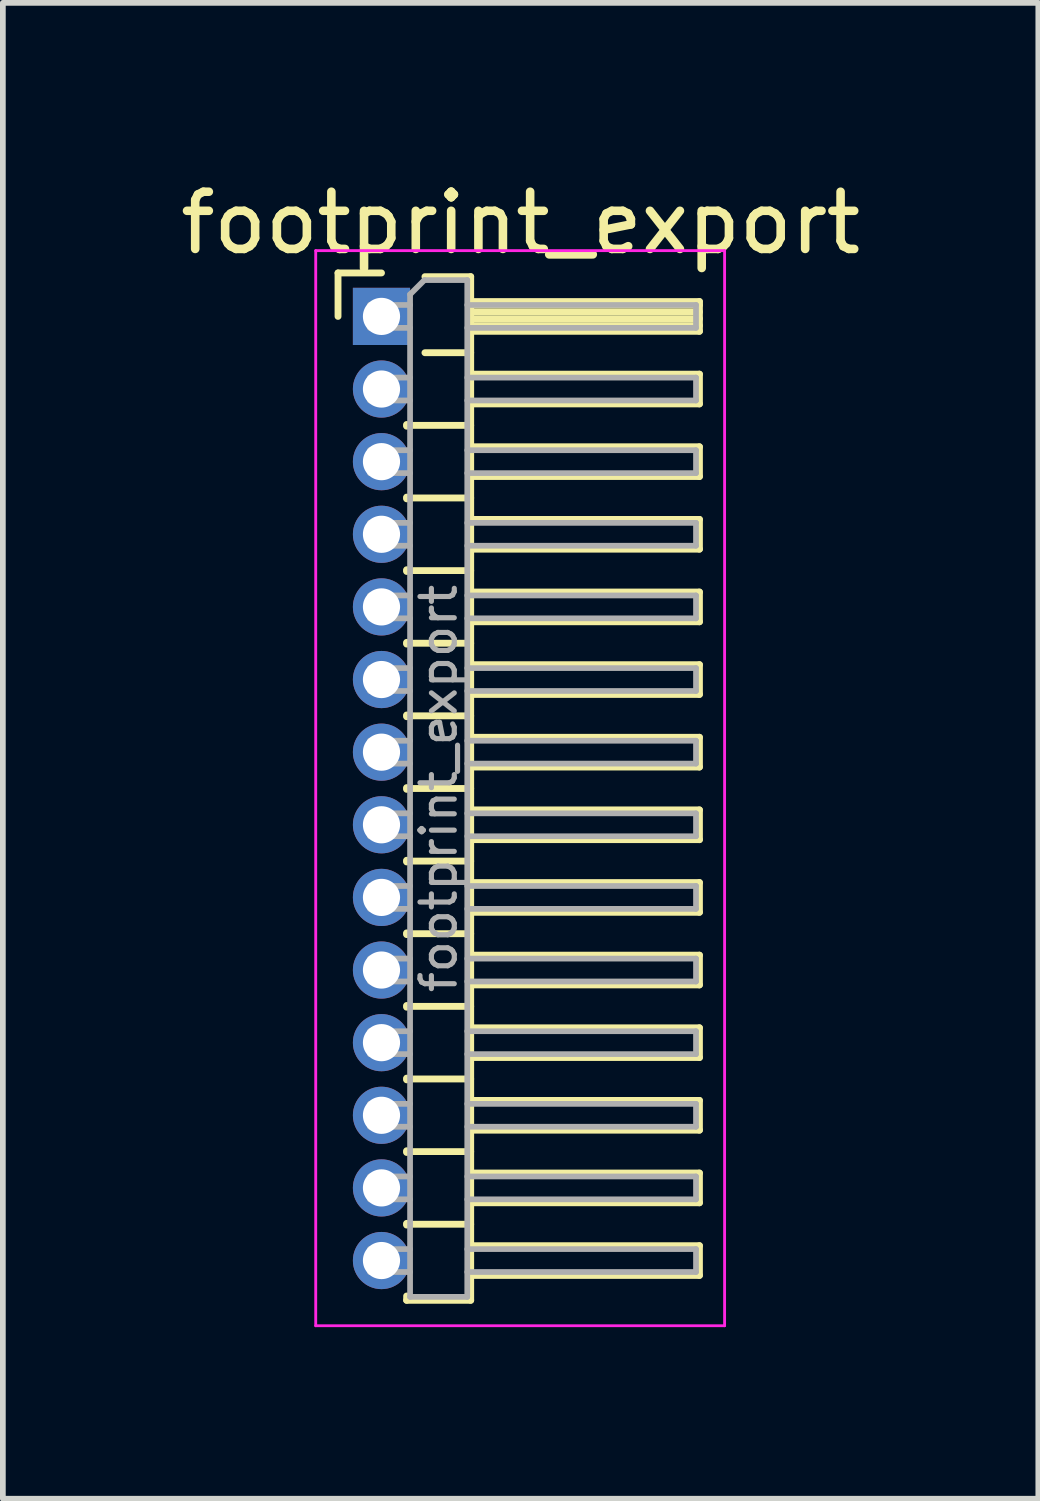
<source format=kicad_pcb>
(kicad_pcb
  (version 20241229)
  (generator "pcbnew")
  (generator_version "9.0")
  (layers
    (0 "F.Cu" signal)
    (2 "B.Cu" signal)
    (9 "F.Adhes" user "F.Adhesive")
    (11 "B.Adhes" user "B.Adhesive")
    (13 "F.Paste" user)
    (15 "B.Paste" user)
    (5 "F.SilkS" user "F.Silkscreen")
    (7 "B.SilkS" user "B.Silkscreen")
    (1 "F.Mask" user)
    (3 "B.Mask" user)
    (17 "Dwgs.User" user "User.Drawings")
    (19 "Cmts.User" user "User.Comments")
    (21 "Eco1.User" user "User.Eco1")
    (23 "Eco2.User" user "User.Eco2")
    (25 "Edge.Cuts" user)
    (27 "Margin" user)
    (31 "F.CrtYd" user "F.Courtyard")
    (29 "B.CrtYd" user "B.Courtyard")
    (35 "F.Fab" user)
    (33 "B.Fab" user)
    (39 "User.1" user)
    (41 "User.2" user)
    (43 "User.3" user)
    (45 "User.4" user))
  (footprint "footprint_export"
    (layer "F.Cu")
    (at 3.621 2.483)
    (property "Reference" "footprint_export" (at 2.433 -1.635 0) (layer "F.SilkS") (effects (font (size 1 1) (thickness 0.15))))
    (attr through_hole)
    (fp_line (start -0.76 -0.76) (end 0 -0.76) (stroke (width 0.12) (type solid)) (layer "F.SilkS"))
    (fp_line (start -0.76 0) (end -0.76 -0.76) (stroke (width 0.12) (type solid)) (layer "F.SilkS"))
    (fp_line (start 0.44 1.89) (end 0.44 1.92) (stroke (width 0.12) (type solid)) (layer "F.SilkS"))
    (fp_line (start 0.44 1.905) (end 1.56 1.905) (stroke (width 0.12) (type solid)) (layer "F.SilkS"))
    (fp_line (start 0.44 3.16) (end 0.44 3.19) (stroke (width 0.12) (type solid)) (layer "F.SilkS"))
    (fp_line (start 0.44 3.175) (end 1.56 3.175) (stroke (width 0.12) (type solid)) (layer "F.SilkS"))
    (fp_line (start 0.44 4.43) (end 0.44 4.46) (stroke (width 0.12) (type solid)) (layer "F.SilkS"))
    (fp_line (start 0.44 4.445) (end 1.56 4.445) (stroke (width 0.12) (type solid)) (layer "F.SilkS"))
    (fp_line (start 0.44 5.7) (end 0.44 5.73) (stroke (width 0.12) (type solid)) (layer "F.SilkS"))
    (fp_line (start 0.44 5.715) (end 1.56 5.715) (stroke (width 0.12) (type solid)) (layer "F.SilkS"))
    (fp_line (start 0.44 6.97) (end 0.44 7) (stroke (width 0.12) (type solid)) (layer "F.SilkS"))
    (fp_line (start 0.44 6.985) (end 1.56 6.985) (stroke (width 0.12) (type solid)) (layer "F.SilkS"))
    (fp_line (start 0.44 8.24) (end 0.44 8.27) (stroke (width 0.12) (type solid)) (layer "F.SilkS"))
    (fp_line (start 0.44 8.255) (end 1.56 8.255) (stroke (width 0.12) (type solid)) (layer "F.SilkS"))
    (fp_line (start 0.44 9.51) (end 0.44 9.54) (stroke (width 0.12) (type solid)) (layer "F.SilkS"))
    (fp_line (start 0.44 9.525) (end 1.56 9.525) (stroke (width 0.12) (type solid)) (layer "F.SilkS"))
    (fp_line (start 0.44 10.78) (end 0.44 10.81) (stroke (width 0.12) (type solid)) (layer "F.SilkS"))
    (fp_line (start 0.44 10.795) (end 1.56 10.795) (stroke (width 0.12) (type solid)) (layer "F.SilkS"))
    (fp_line (start 0.44 12.05) (end 0.44 12.08) (stroke (width 0.12) (type solid)) (layer "F.SilkS"))
    (fp_line (start 0.44 12.065) (end 1.56 12.065) (stroke (width 0.12) (type solid)) (layer "F.SilkS"))
    (fp_line (start 0.44 13.32) (end 0.44 13.35) (stroke (width 0.12) (type solid)) (layer "F.SilkS"))
    (fp_line (start 0.44 13.335) (end 1.56 13.335) (stroke (width 0.12) (type solid)) (layer "F.SilkS"))
    (fp_line (start 0.44 14.59) (end 0.44 14.62) (stroke (width 0.12) (type solid)) (layer "F.SilkS"))
    (fp_line (start 0.44 14.605) (end 1.56 14.605) (stroke (width 0.12) (type solid)) (layer "F.SilkS"))
    (fp_line (start 0.44 15.86) (end 0.44 15.89) (stroke (width 0.12) (type solid)) (layer "F.SilkS"))
    (fp_line (start 0.44 15.875) (end 1.56 15.875) (stroke (width 0.12) (type solid)) (layer "F.SilkS"))
    (fp_line (start 0.44 17.205) (end 0.44 17.13) (stroke (width 0.12) (type solid)) (layer "F.SilkS"))
    (fp_line (start 0.76 -0.695) (end 1.56 -0.695) (stroke (width 0.12) (type solid)) (layer "F.SilkS"))
    (fp_line (start 0.76 0.635) (end 1.56 0.635) (stroke (width 0.12) (type solid)) (layer "F.SilkS"))
    (fp_line (start 1.56 -0.695) (end 1.56 17.205) (stroke (width 0.12) (type solid)) (layer "F.SilkS"))
    (fp_line (start 1.56 -0.26) (end 5.56 -0.26) (stroke (width 0.12) (type solid)) (layer "F.SilkS"))
    (fp_line (start 1.56 -0.2) (end 5.56 -0.2) (stroke (width 0.12) (type solid)) (layer "F.SilkS"))
    (fp_line (start 1.56 -0.08) (end 5.56 -0.08) (stroke (width 0.12) (type solid)) (layer "F.SilkS"))
    (fp_line (start 1.56 0.04) (end 5.56 0.04) (stroke (width 0.12) (type solid)) (layer "F.SilkS"))
    (fp_line (start 1.56 0.16) (end 5.56 0.16) (stroke (width 0.12) (type solid)) (layer "F.SilkS"))
    (fp_line (start 1.56 1.01) (end 5.56 1.01) (stroke (width 0.12) (type solid)) (layer "F.SilkS"))
    (fp_line (start 1.56 2.28) (end 5.56 2.28) (stroke (width 0.12) (type solid)) (layer "F.SilkS"))
    (fp_line (start 1.56 3.55) (end 5.56 3.55) (stroke (width 0.12) (type solid)) (layer "F.SilkS"))
    (fp_line (start 1.56 4.82) (end 5.56 4.82) (stroke (width 0.12) (type solid)) (layer "F.SilkS"))
    (fp_line (start 1.56 6.09) (end 5.56 6.09) (stroke (width 0.12) (type solid)) (layer "F.SilkS"))
    (fp_line (start 1.56 7.36) (end 5.56 7.36) (stroke (width 0.12) (type solid)) (layer "F.SilkS"))
    (fp_line (start 1.56 8.63) (end 5.56 8.63) (stroke (width 0.12) (type solid)) (layer "F.SilkS"))
    (fp_line (start 1.56 9.9) (end 5.56 9.9) (stroke (width 0.12) (type solid)) (layer "F.SilkS"))
    (fp_line (start 1.56 11.17) (end 5.56 11.17) (stroke (width 0.12) (type solid)) (layer "F.SilkS"))
    (fp_line (start 1.56 12.44) (end 5.56 12.44) (stroke (width 0.12) (type solid)) (layer "F.SilkS"))
    (fp_line (start 1.56 13.71) (end 5.56 13.71) (stroke (width 0.12) (type solid)) (layer "F.SilkS"))
    (fp_line (start 1.56 14.98) (end 5.56 14.98) (stroke (width 0.12) (type solid)) (layer "F.SilkS"))
    (fp_line (start 1.56 16.25) (end 5.56 16.25) (stroke (width 0.12) (type solid)) (layer "F.SilkS"))
    (fp_line (start 1.56 17.205) (end 0.44 17.205) (stroke (width 0.12) (type solid)) (layer "F.SilkS"))
    (fp_line (start 5.56 -0.26) (end 5.56 0.26) (stroke (width 0.12) (type solid)) (layer "F.SilkS"))
    (fp_line (start 5.56 0.26) (end 1.56 0.26) (stroke (width 0.12) (type solid)) (layer "F.SilkS"))
    (fp_line (start 5.56 1.01) (end 5.56 1.53) (stroke (width 0.12) (type solid)) (layer "F.SilkS"))
    (fp_line (start 5.56 1.53) (end 1.56 1.53) (stroke (width 0.12) (type solid)) (layer "F.SilkS"))
    (fp_line (start 5.56 2.28) (end 5.56 2.8) (stroke (width 0.12) (type solid)) (layer "F.SilkS"))
    (fp_line (start 5.56 2.8) (end 1.56 2.8) (stroke (width 0.12) (type solid)) (layer "F.SilkS"))
    (fp_line (start 5.56 3.55) (end 5.56 4.07) (stroke (width 0.12) (type solid)) (layer "F.SilkS"))
    (fp_line (start 5.56 4.07) (end 1.56 4.07) (stroke (width 0.12) (type solid)) (layer "F.SilkS"))
    (fp_line (start 5.56 4.82) (end 5.56 5.34) (stroke (width 0.12) (type solid)) (layer "F.SilkS"))
    (fp_line (start 5.56 5.34) (end 1.56 5.34) (stroke (width 0.12) (type solid)) (layer "F.SilkS"))
    (fp_line (start 5.56 6.09) (end 5.56 6.61) (stroke (width 0.12) (type solid)) (layer "F.SilkS"))
    (fp_line (start 5.56 6.61) (end 1.56 6.61) (stroke (width 0.12) (type solid)) (layer "F.SilkS"))
    (fp_line (start 5.56 7.36) (end 5.56 7.88) (stroke (width 0.12) (type solid)) (layer "F.SilkS"))
    (fp_line (start 5.56 7.88) (end 1.56 7.88) (stroke (width 0.12) (type solid)) (layer "F.SilkS"))
    (fp_line (start 5.56 8.63) (end 5.56 9.15) (stroke (width 0.12) (type solid)) (layer "F.SilkS"))
    (fp_line (start 5.56 9.15) (end 1.56 9.15) (stroke (width 0.12) (type solid)) (layer "F.SilkS"))
    (fp_line (start 5.56 9.9) (end 5.56 10.42) (stroke (width 0.12) (type solid)) (layer "F.SilkS"))
    (fp_line (start 5.56 10.42) (end 1.56 10.42) (stroke (width 0.12) (type solid)) (layer "F.SilkS"))
    (fp_line (start 5.56 11.17) (end 5.56 11.69) (stroke (width 0.12) (type solid)) (layer "F.SilkS"))
    (fp_line (start 5.56 11.69) (end 1.56 11.69) (stroke (width 0.12) (type solid)) (layer "F.SilkS"))
    (fp_line (start 5.56 12.44) (end 5.56 12.96) (stroke (width 0.12) (type solid)) (layer "F.SilkS"))
    (fp_line (start 5.56 12.96) (end 1.56 12.96) (stroke (width 0.12) (type solid)) (layer "F.SilkS"))
    (fp_line (start 5.56 13.71) (end 5.56 14.23) (stroke (width 0.12) (type solid)) (layer "F.SilkS"))
    (fp_line (start 5.56 14.23) (end 1.56 14.23) (stroke (width 0.12) (type solid)) (layer "F.SilkS"))
    (fp_line (start 5.56 14.98) (end 5.56 15.5) (stroke (width 0.12) (type solid)) (layer "F.SilkS"))
    (fp_line (start 5.56 15.5) (end 1.56 15.5) (stroke (width 0.12) (type solid)) (layer "F.SilkS"))
    (fp_line (start 5.56 16.25) (end 5.56 16.77) (stroke (width 0.12) (type solid)) (layer "F.SilkS"))
    (fp_line (start 5.56 16.77) (end 1.56 16.77) (stroke (width 0.12) (type solid)) (layer "F.SilkS"))
    (fp_line (start -1.15 -1.15) (end -1.15 17.65) (stroke (width 0.05) (type solid)) (layer "F.CrtYd"))
    (fp_line (start -1.15 17.65) (end 6 17.65) (stroke (width 0.05) (type solid)) (layer "F.CrtYd"))
    (fp_line (start 6 -1.15) (end -1.15 -1.15) (stroke (width 0.05) (type solid)) (layer "F.CrtYd"))
    (fp_line (start 6 17.65) (end 6 -1.15) (stroke (width 0.05) (type solid)) (layer "F.CrtYd"))
    (fp_line (start -0.2 -0.2) (end -0.2 0.2) (stroke (width 0.1) (type solid)) (layer "F.Fab"))
    (fp_line (start -0.2 -0.2) (end 0.5 -0.2) (stroke (width 0.1) (type solid)) (layer "F.Fab"))
    (fp_line (start -0.2 0.2) (end 0.5 0.2) (stroke (width 0.1) (type solid)) (layer "F.Fab"))
    (fp_line (start -0.2 1.07) (end -0.2 1.47) (stroke (width 0.1) (type solid)) (layer "F.Fab"))
    (fp_line (start -0.2 1.07) (end 0.5 1.07) (stroke (width 0.1) (type solid)) (layer "F.Fab"))
    (fp_line (start -0.2 1.47) (end 0.5 1.47) (stroke (width 0.1) (type solid)) (layer "F.Fab"))
    (fp_line (start -0.2 2.34) (end -0.2 2.74) (stroke (width 0.1) (type solid)) (layer "F.Fab"))
    (fp_line (start -0.2 2.34) (end 0.5 2.34) (stroke (width 0.1) (type solid)) (layer "F.Fab"))
    (fp_line (start -0.2 2.74) (end 0.5 2.74) (stroke (width 0.1) (type solid)) (layer "F.Fab"))
    (fp_line (start -0.2 3.61) (end -0.2 4.01) (stroke (width 0.1) (type solid)) (layer "F.Fab"))
    (fp_line (start -0.2 3.61) (end 0.5 3.61) (stroke (width 0.1) (type solid)) (layer "F.Fab"))
    (fp_line (start -0.2 4.01) (end 0.5 4.01) (stroke (width 0.1) (type solid)) (layer "F.Fab"))
    (fp_line (start -0.2 4.88) (end -0.2 5.28) (stroke (width 0.1) (type solid)) (layer "F.Fab"))
    (fp_line (start -0.2 4.88) (end 0.5 4.88) (stroke (width 0.1) (type solid)) (layer "F.Fab"))
    (fp_line (start -0.2 5.28) (end 0.5 5.28) (stroke (width 0.1) (type solid)) (layer "F.Fab"))
    (fp_line (start -0.2 6.15) (end -0.2 6.55) (stroke (width 0.1) (type solid)) (layer "F.Fab"))
    (fp_line (start -0.2 6.15) (end 0.5 6.15) (stroke (width 0.1) (type solid)) (layer "F.Fab"))
    (fp_line (start -0.2 6.55) (end 0.5 6.55) (stroke (width 0.1) (type solid)) (layer "F.Fab"))
    (fp_line (start -0.2 7.42) (end -0.2 7.82) (stroke (width 0.1) (type solid)) (layer "F.Fab"))
    (fp_line (start -0.2 7.42) (end 0.5 7.42) (stroke (width 0.1) (type solid)) (layer "F.Fab"))
    (fp_line (start -0.2 7.82) (end 0.5 7.82) (stroke (width 0.1) (type solid)) (layer "F.Fab"))
    (fp_line (start -0.2 8.69) (end -0.2 9.09) (stroke (width 0.1) (type solid)) (layer "F.Fab"))
    (fp_line (start -0.2 8.69) (end 0.5 8.69) (stroke (width 0.1) (type solid)) (layer "F.Fab"))
    (fp_line (start -0.2 9.09) (end 0.5 9.09) (stroke (width 0.1) (type solid)) (layer "F.Fab"))
    (fp_line (start -0.2 9.96) (end -0.2 10.36) (stroke (width 0.1) (type solid)) (layer "F.Fab"))
    (fp_line (start -0.2 9.96) (end 0.5 9.96) (stroke (width 0.1) (type solid)) (layer "F.Fab"))
    (fp_line (start -0.2 10.36) (end 0.5 10.36) (stroke (width 0.1) (type solid)) (layer "F.Fab"))
    (fp_line (start -0.2 11.23) (end -0.2 11.63) (stroke (width 0.1) (type solid)) (layer "F.Fab"))
    (fp_line (start -0.2 11.23) (end 0.5 11.23) (stroke (width 0.1) (type solid)) (layer "F.Fab"))
    (fp_line (start -0.2 11.63) (end 0.5 11.63) (stroke (width 0.1) (type solid)) (layer "F.Fab"))
    (fp_line (start -0.2 12.5) (end -0.2 12.9) (stroke (width 0.1) (type solid)) (layer "F.Fab"))
    (fp_line (start -0.2 12.5) (end 0.5 12.5) (stroke (width 0.1) (type solid)) (layer "F.Fab"))
    (fp_line (start -0.2 12.9) (end 0.5 12.9) (stroke (width 0.1) (type solid)) (layer "F.Fab"))
    (fp_line (start -0.2 13.77) (end -0.2 14.17) (stroke (width 0.1) (type solid)) (layer "F.Fab"))
    (fp_line (start -0.2 13.77) (end 0.5 13.77) (stroke (width 0.1) (type solid)) (layer "F.Fab"))
    (fp_line (start -0.2 14.17) (end 0.5 14.17) (stroke (width 0.1) (type solid)) (layer "F.Fab"))
    (fp_line (start -0.2 15.04) (end -0.2 15.44) (stroke (width 0.1) (type solid)) (layer "F.Fab"))
    (fp_line (start -0.2 15.04) (end 0.5 15.04) (stroke (width 0.1) (type solid)) (layer "F.Fab"))
    (fp_line (start -0.2 15.44) (end 0.5 15.44) (stroke (width 0.1) (type solid)) (layer "F.Fab"))
    (fp_line (start -0.2 16.31) (end -0.2 16.71) (stroke (width 0.1) (type solid)) (layer "F.Fab"))
    (fp_line (start -0.2 16.31) (end 0.5 16.31) (stroke (width 0.1) (type solid)) (layer "F.Fab"))
    (fp_line (start -0.2 16.71) (end 0.5 16.71) (stroke (width 0.1) (type solid)) (layer "F.Fab"))
    (fp_line (start 0.5 -0.385) (end 0.75 -0.635) (stroke (width 0.1) (type solid)) (layer "F.Fab"))
    (fp_line (start 0.5 17.145) (end 0.5 -0.385) (stroke (width 0.1) (type solid)) (layer "F.Fab"))
    (fp_line (start 0.75 -0.635) (end 1.5 -0.635) (stroke (width 0.1) (type solid)) (layer "F.Fab"))
    (fp_line (start 1.5 -0.635) (end 1.5 17.145) (stroke (width 0.1) (type solid)) (layer "F.Fab"))
    (fp_line (start 1.5 -0.2) (end 5.5 -0.2) (stroke (width 0.1) (type solid)) (layer "F.Fab"))
    (fp_line (start 1.5 0.2) (end 5.5 0.2) (stroke (width 0.1) (type solid)) (layer "F.Fab"))
    (fp_line (start 1.5 1.07) (end 5.5 1.07) (stroke (width 0.1) (type solid)) (layer "F.Fab"))
    (fp_line (start 1.5 1.47) (end 5.5 1.47) (stroke (width 0.1) (type solid)) (layer "F.Fab"))
    (fp_line (start 1.5 2.34) (end 5.5 2.34) (stroke (width 0.1) (type solid)) (layer "F.Fab"))
    (fp_line (start 1.5 2.74) (end 5.5 2.74) (stroke (width 0.1) (type solid)) (layer "F.Fab"))
    (fp_line (start 1.5 3.61) (end 5.5 3.61) (stroke (width 0.1) (type solid)) (layer "F.Fab"))
    (fp_line (start 1.5 4.01) (end 5.5 4.01) (stroke (width 0.1) (type solid)) (layer "F.Fab"))
    (fp_line (start 1.5 4.88) (end 5.5 4.88) (stroke (width 0.1) (type solid)) (layer "F.Fab"))
    (fp_line (start 1.5 5.28) (end 5.5 5.28) (stroke (width 0.1) (type solid)) (layer "F.Fab"))
    (fp_line (start 1.5 6.15) (end 5.5 6.15) (stroke (width 0.1) (type solid)) (layer "F.Fab"))
    (fp_line (start 1.5 6.55) (end 5.5 6.55) (stroke (width 0.1) (type solid)) (layer "F.Fab"))
    (fp_line (start 1.5 7.42) (end 5.5 7.42) (stroke (width 0.1) (type solid)) (layer "F.Fab"))
    (fp_line (start 1.5 7.82) (end 5.5 7.82) (stroke (width 0.1) (type solid)) (layer "F.Fab"))
    (fp_line (start 1.5 8.69) (end 5.5 8.69) (stroke (width 0.1) (type solid)) (layer "F.Fab"))
    (fp_line (start 1.5 9.09) (end 5.5 9.09) (stroke (width 0.1) (type solid)) (layer "F.Fab"))
    (fp_line (start 1.5 9.96) (end 5.5 9.96) (stroke (width 0.1) (type solid)) (layer "F.Fab"))
    (fp_line (start 1.5 10.36) (end 5.5 10.36) (stroke (width 0.1) (type solid)) (layer "F.Fab"))
    (fp_line (start 1.5 11.23) (end 5.5 11.23) (stroke (width 0.1) (type solid)) (layer "F.Fab"))
    (fp_line (start 1.5 11.63) (end 5.5 11.63) (stroke (width 0.1) (type solid)) (layer "F.Fab"))
    (fp_line (start 1.5 12.5) (end 5.5 12.5) (stroke (width 0.1) (type solid)) (layer "F.Fab"))
    (fp_line (start 1.5 12.9) (end 5.5 12.9) (stroke (width 0.1) (type solid)) (layer "F.Fab"))
    (fp_line (start 1.5 13.77) (end 5.5 13.77) (stroke (width 0.1) (type solid)) (layer "F.Fab"))
    (fp_line (start 1.5 14.17) (end 5.5 14.17) (stroke (width 0.1) (type solid)) (layer "F.Fab"))
    (fp_line (start 1.5 15.04) (end 5.5 15.04) (stroke (width 0.1) (type solid)) (layer "F.Fab"))
    (fp_line (start 1.5 15.44) (end 5.5 15.44) (stroke (width 0.1) (type solid)) (layer "F.Fab"))
    (fp_line (start 1.5 16.31) (end 5.5 16.31) (stroke (width 0.1) (type solid)) (layer "F.Fab"))
    (fp_line (start 1.5 16.71) (end 5.5 16.71) (stroke (width 0.1) (type solid)) (layer "F.Fab"))
    (fp_line (start 1.5 17.145) (end 0.5 17.145) (stroke (width 0.1) (type solid)) (layer "F.Fab"))
    (fp_line (start 5.5 -0.2) (end 5.5 0.2) (stroke (width 0.1) (type solid)) (layer "F.Fab"))
    (fp_line (start 5.5 1.07) (end 5.5 1.47) (stroke (width 0.1) (type solid)) (layer "F.Fab"))
    (fp_line (start 5.5 2.34) (end 5.5 2.74) (stroke (width 0.1) (type solid)) (layer "F.Fab"))
    (fp_line (start 5.5 3.61) (end 5.5 4.01) (stroke (width 0.1) (type solid)) (layer "F.Fab"))
    (fp_line (start 5.5 4.88) (end 5.5 5.28) (stroke (width 0.1) (type solid)) (layer "F.Fab"))
    (fp_line (start 5.5 6.15) (end 5.5 6.55) (stroke (width 0.1) (type solid)) (layer "F.Fab"))
    (fp_line (start 5.5 7.42) (end 5.5 7.82) (stroke (width 0.1) (type solid)) (layer "F.Fab"))
    (fp_line (start 5.5 8.69) (end 5.5 9.09) (stroke (width 0.1) (type solid)) (layer "F.Fab"))
    (fp_line (start 5.5 9.96) (end 5.5 10.36) (stroke (width 0.1) (type solid)) (layer "F.Fab"))
    (fp_line (start 5.5 11.23) (end 5.5 11.63) (stroke (width 0.1) (type solid)) (layer "F.Fab"))
    (fp_line (start 5.5 12.5) (end 5.5 12.9) (stroke (width 0.1) (type solid)) (layer "F.Fab"))
    (fp_line (start 5.5 13.77) (end 5.5 14.17) (stroke (width 0.1) (type solid)) (layer "F.Fab"))
    (fp_line (start 5.5 15.04) (end 5.5 15.44) (stroke (width 0.1) (type solid)) (layer "F.Fab"))
    (fp_line (start 5.5 16.31) (end 5.5 16.71) (stroke (width 0.1) (type solid)) (layer "F.Fab"))
    (fp_text user "${REFERENCE}" (at 1 8.255 90) (layer "F.Fab") (effects (font (size 0.6 0.6) (thickness 0.09))))
    (pad "1" thru_hole rect (at 0 0) (size 1 1) (drill 0.65) (layers "*.Cu" "*.Mask"))
    (pad "2" thru_hole oval (at 0 1.27) (size 1 1) (drill 0.65) (layers "*.Cu" "*.Mask"))
    (pad "3" thru_hole oval (at 0 2.54) (size 1 1) (drill 0.65) (layers "*.Cu" "*.Mask"))
    (pad "4" thru_hole oval (at 0 3.81) (size 1 1) (drill 0.65) (layers "*.Cu" "*.Mask"))
    (pad "5" thru_hole oval (at 0 5.08) (size 1 1) (drill 0.65) (layers "*.Cu" "*.Mask"))
    (pad "6" thru_hole oval (at 0 6.35) (size 1 1) (drill 0.65) (layers "*.Cu" "*.Mask"))
    (pad "7" thru_hole oval (at 0 7.62) (size 1 1) (drill 0.65) (layers "*.Cu" "*.Mask"))
    (pad "8" thru_hole oval (at 0 8.89) (size 1 1) (drill 0.65) (layers "*.Cu" "*.Mask"))
    (pad "9" thru_hole oval (at 0 10.16) (size 1 1) (drill 0.65) (layers "*.Cu" "*.Mask"))
    (pad "10" thru_hole oval (at 0 11.43) (size 1 1) (drill 0.65) (layers "*.Cu" "*.Mask"))
    (pad "11" thru_hole oval (at 0 12.7) (size 1 1) (drill 0.65) (layers "*.Cu" "*.Mask"))
    (pad "12" thru_hole oval (at 0 13.97) (size 1 1) (drill 0.65) (layers "*.Cu" "*.Mask"))
    (pad "13" thru_hole oval (at 0 15.24) (size 1 1) (drill 0.65) (layers "*.Cu" "*.Mask"))
    (pad "14" thru_hole oval (at 0 16.51) (size 1 1) (drill 0.65) (layers "*.Cu" "*.Mask")))
  (gr_rect
    (start -3 -3)
    (end 15.107 23.158)
    (stroke (width 0.1) (type default))
    (fill no)
    (layer "Edge.Cuts")))
</source>
